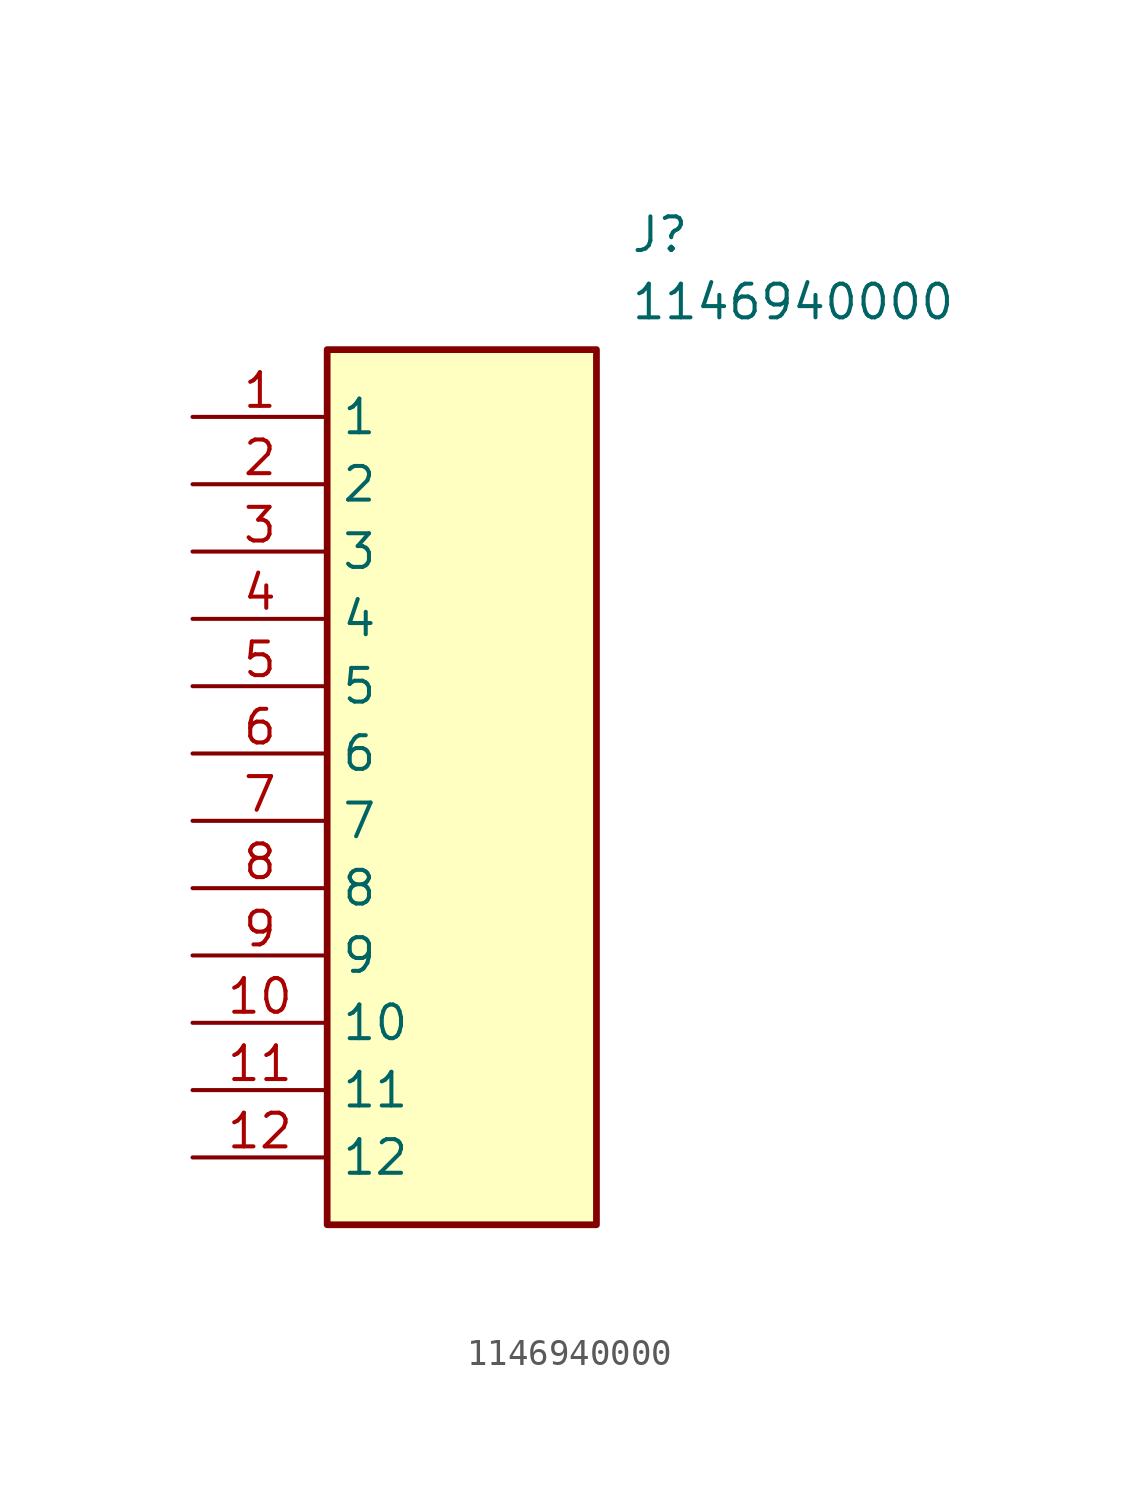
<source format=kicad_sym>
(kicad_symbol_lib
  (version 20211014)
  (generator SamacSys_ECAD_Model)
  (symbol "1146940000"
    (property "Reference" "J"
      (at 16.51 7.62 0)
      (effects (font (size 1.27 1.27)) (justify left top)))
    (property "Value" "1146940000"
      (at 16.51 5.08 0)
      (effects (font (size 1.27 1.27)) (justify left top)))
    (rectangle
      (start 5.08 2.54)
      (end 15.24 -30.48)
      (stroke (width 0.254) (type default))
      (fill (type background)))
    (pin passive line
      (at 0 0 0)
      (length 5.08)
      (name "1" (effects (font (size 1.27 1.27))))
      (number "1" (effects (font (size 1.27 1.27)))))
    (pin passive line
      (at 0 -2.54 0)
      (length 5.08)
      (name "2" (effects (font (size 1.27 1.27))))
      (number "2" (effects (font (size 1.27 1.27)))))
    (pin passive line
      (at 0 -5.08 0)
      (length 5.08)
      (name "3" (effects (font (size 1.27 1.27))))
      (number "3" (effects (font (size 1.27 1.27)))))
    (pin passive line
      (at 0 -7.62 0)
      (length 5.08)
      (name "4" (effects (font (size 1.27 1.27))))
      (number "4" (effects (font (size 1.27 1.27)))))
    (pin passive line
      (at 0 -10.16 0)
      (length 5.08)
      (name "5" (effects (font (size 1.27 1.27))))
      (number "5" (effects (font (size 1.27 1.27)))))
    (pin passive line
      (at 0 -12.7 0)
      (length 5.08)
      (name "6" (effects (font (size 1.27 1.27))))
      (number "6" (effects (font (size 1.27 1.27)))))
    (pin passive line
      (at 0 -15.24 0)
      (length 5.08)
      (name "7" (effects (font (size 1.27 1.27))))
      (number "7" (effects (font (size 1.27 1.27)))))
    (pin passive line
      (at 0 -17.78 0)
      (length 5.08)
      (name "8" (effects (font (size 1.27 1.27))))
      (number "8" (effects (font (size 1.27 1.27)))))
    (pin passive line
      (at 0 -20.32 0)
      (length 5.08)
      (name "9" (effects (font (size 1.27 1.27))))
      (number "9" (effects (font (size 1.27 1.27)))))
    (pin passive line
      (at 0 -22.86 0)
      (length 5.08)
      (name "10" (effects (font (size 1.27 1.27))))
      (number "10" (effects (font (size 1.27 1.27)))))
    (pin passive line
      (at 0 -25.4 0)
      (length 5.08)
      (name "11" (effects (font (size 1.27 1.27))))
      (number "11" (effects (font (size 1.27 1.27)))))
    (pin passive line
      (at 0 -27.94 0)
      (length 5.08)
      (name "12" (effects (font (size 1.27 1.27))))
      (number "12" (effects (font (size 1.27 1.27)))))))
</source>
